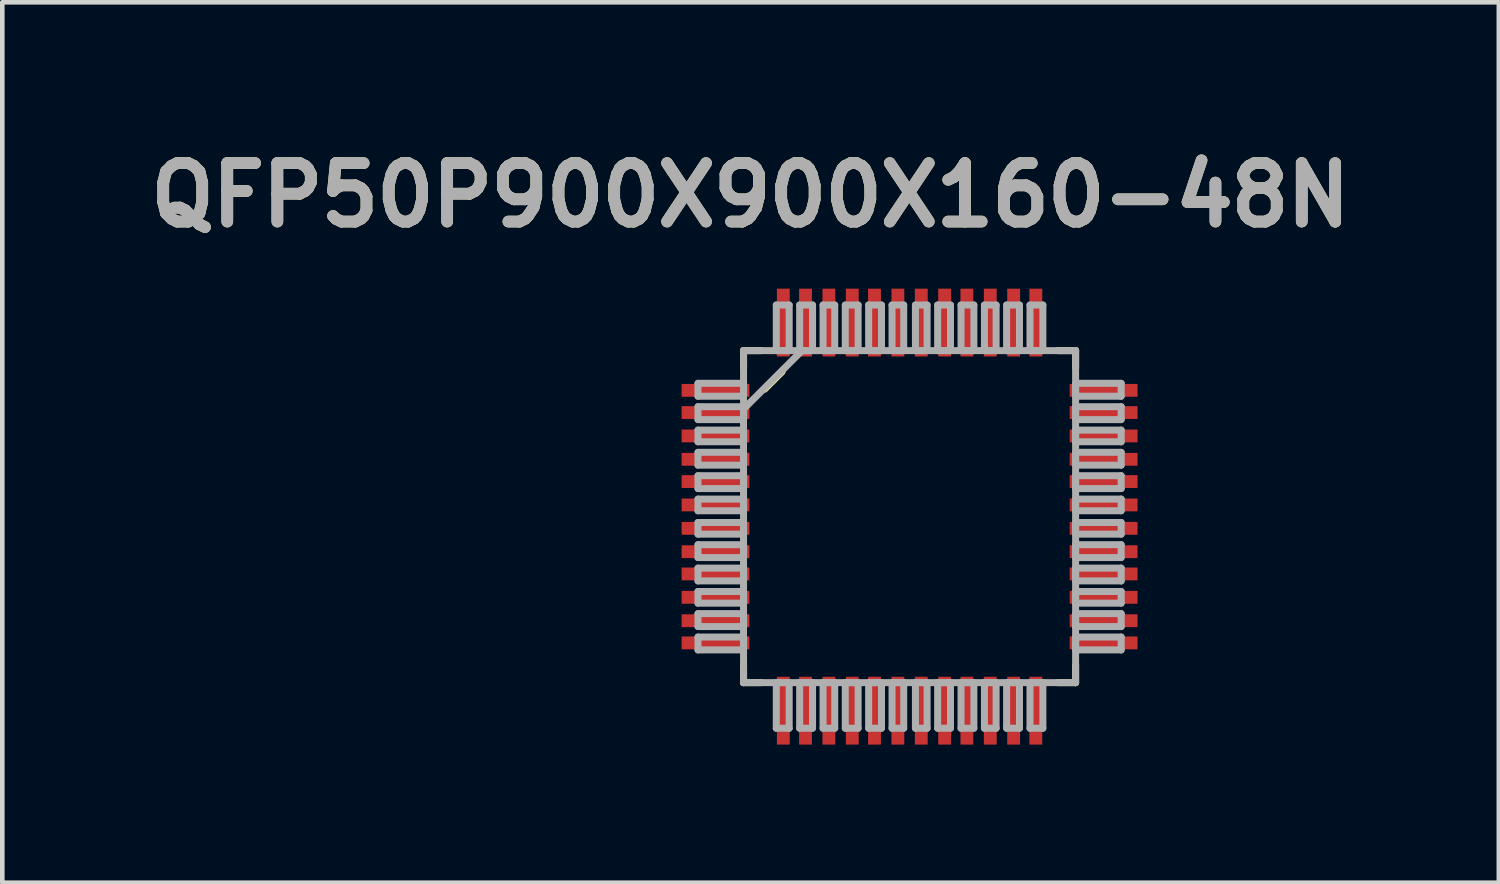
<source format=kicad_pcb>
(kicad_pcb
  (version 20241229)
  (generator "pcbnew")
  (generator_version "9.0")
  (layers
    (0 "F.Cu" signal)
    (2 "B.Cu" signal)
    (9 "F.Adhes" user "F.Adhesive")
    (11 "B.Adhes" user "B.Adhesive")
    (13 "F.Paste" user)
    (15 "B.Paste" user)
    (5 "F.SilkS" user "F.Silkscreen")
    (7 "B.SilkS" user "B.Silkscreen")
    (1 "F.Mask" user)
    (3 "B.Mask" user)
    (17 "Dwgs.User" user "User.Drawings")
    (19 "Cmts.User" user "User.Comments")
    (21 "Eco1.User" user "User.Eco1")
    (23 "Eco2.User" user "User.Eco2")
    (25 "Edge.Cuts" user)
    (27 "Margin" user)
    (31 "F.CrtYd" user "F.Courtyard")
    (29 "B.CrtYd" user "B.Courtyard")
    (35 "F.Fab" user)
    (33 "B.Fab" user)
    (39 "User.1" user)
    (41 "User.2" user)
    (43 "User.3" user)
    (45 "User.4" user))
  (footprint "QFP50P900X900X160-48N"
    (layer "F.Cu")
    (at 16.711 8.174)
    (property "Reference" "QFP50P900X900X160-48N" (at -3.454 -6.985 0) (layer "F.SilkS") (effects (font (size 1.27 1.27) (thickness 0.254))))
    (attr smd)
    (fp_line (start -3.607 -3.607) (end -3.607 -3.226) (stroke (width 0.152) (type solid)) (layer "F.SilkS"))
    (fp_line (start -3.607 3.226) (end -3.607 3.607) (stroke (width 0.152) (type solid)) (layer "F.SilkS"))
    (fp_line (start -3.607 3.607) (end -3.226 3.607) (stroke (width 0.152) (type solid)) (layer "F.SilkS"))
    (fp_line (start -3.226 -3.607) (end -3.607 -3.607) (stroke (width 0.152) (type solid)) (layer "F.SilkS"))
    (fp_line (start -3.15 -2.769) (end -2.769 -3.15) (stroke (width 0.152) (type solid)) (layer "F.SilkS"))
    (fp_line (start 3.226 3.607) (end 3.607 3.607) (stroke (width 0.152) (type solid)) (layer "F.SilkS"))
    (fp_line (start 3.607 -3.607) (end 3.226 -3.607) (stroke (width 0.152) (type solid)) (layer "F.SilkS"))
    (fp_line (start 3.607 -3.226) (end 3.607 -3.607) (stroke (width 0.152) (type solid)) (layer "F.SilkS"))
    (fp_line (start 3.607 3.607) (end 3.607 3.226) (stroke (width 0.152) (type solid)) (layer "F.SilkS"))
    (fp_line (start -4.597 -2.896) (end -4.597 -2.616) (stroke (width 0.152) (type solid)) (layer "F.Fab"))
    (fp_line (start -4.597 -2.616) (end -3.607 -2.616) (stroke (width 0.152) (type solid)) (layer "F.Fab"))
    (fp_line (start -4.597 -2.388) (end -4.597 -2.108) (stroke (width 0.152) (type solid)) (layer "F.Fab"))
    (fp_line (start -4.597 -2.108) (end -3.607 -2.108) (stroke (width 0.152) (type solid)) (layer "F.Fab"))
    (fp_line (start -4.597 -1.88) (end -4.597 -1.626) (stroke (width 0.152) (type solid)) (layer "F.Fab"))
    (fp_line (start -4.597 -1.626) (end -3.607 -1.626) (stroke (width 0.152) (type solid)) (layer "F.Fab"))
    (fp_line (start -4.597 -1.397) (end -4.597 -1.118) (stroke (width 0.152) (type solid)) (layer "F.Fab"))
    (fp_line (start -4.597 -1.118) (end -3.607 -1.118) (stroke (width 0.152) (type solid)) (layer "F.Fab"))
    (fp_line (start -4.597 -0.889) (end -4.597 -0.61) (stroke (width 0.152) (type solid)) (layer "F.Fab"))
    (fp_line (start -4.597 -0.61) (end -3.607 -0.61) (stroke (width 0.152) (type solid)) (layer "F.Fab"))
    (fp_line (start -4.597 -0.381) (end -4.597 -0.127) (stroke (width 0.152) (type solid)) (layer "F.Fab"))
    (fp_line (start -4.597 -0.127) (end -3.607 -0.127) (stroke (width 0.152) (type solid)) (layer "F.Fab"))
    (fp_line (start -4.597 0.127) (end -4.597 0.381) (stroke (width 0.152) (type solid)) (layer "F.Fab"))
    (fp_line (start -4.597 0.381) (end -3.607 0.381) (stroke (width 0.152) (type solid)) (layer "F.Fab"))
    (fp_line (start -4.597 0.61) (end -4.597 0.889) (stroke (width 0.152) (type solid)) (layer "F.Fab"))
    (fp_line (start -4.597 0.889) (end -3.607 0.889) (stroke (width 0.152) (type solid)) (layer "F.Fab"))
    (fp_line (start -4.597 1.118) (end -4.597 1.397) (stroke (width 0.152) (type solid)) (layer "F.Fab"))
    (fp_line (start -4.597 1.397) (end -3.607 1.397) (stroke (width 0.152) (type solid)) (layer "F.Fab"))
    (fp_line (start -4.597 1.626) (end -4.597 1.88) (stroke (width 0.152) (type solid)) (layer "F.Fab"))
    (fp_line (start -4.597 1.88) (end -3.607 1.88) (stroke (width 0.152) (type solid)) (layer "F.Fab"))
    (fp_line (start -4.597 2.108) (end -4.597 2.388) (stroke (width 0.152) (type solid)) (layer "F.Fab"))
    (fp_line (start -4.597 2.388) (end -3.607 2.388) (stroke (width 0.152) (type solid)) (layer "F.Fab"))
    (fp_line (start -4.597 2.616) (end -4.597 2.896) (stroke (width 0.152) (type solid)) (layer "F.Fab"))
    (fp_line (start -4.597 2.896) (end -3.607 2.896) (stroke (width 0.152) (type solid)) (layer "F.Fab"))
    (fp_line (start -3.607 -3.607) (end -3.607 3.607) (stroke (width 0.152) (type solid)) (layer "F.Fab"))
    (fp_line (start -3.607 -2.896) (end -4.597 -2.896) (stroke (width 0.152) (type solid)) (layer "F.Fab"))
    (fp_line (start -3.607 -2.616) (end -3.607 -2.896) (stroke (width 0.152) (type solid)) (layer "F.Fab"))
    (fp_line (start -3.607 -2.388) (end -4.597 -2.388) (stroke (width 0.152) (type solid)) (layer "F.Fab"))
    (fp_line (start -3.607 -2.337) (end -3.607 -2.388) (stroke (width 0.152) (type solid)) (layer "F.Fab"))
    (fp_line (start -3.607 -2.337) (end -2.337 -3.607) (stroke (width 0.152) (type solid)) (layer "F.Fab"))
    (fp_line (start -3.607 -2.108) (end -3.607 -2.337) (stroke (width 0.152) (type solid)) (layer "F.Fab"))
    (fp_line (start -3.607 -1.88) (end -4.597 -1.88) (stroke (width 0.152) (type solid)) (layer "F.Fab"))
    (fp_line (start -3.607 -1.626) (end -3.607 -1.88) (stroke (width 0.152) (type solid)) (layer "F.Fab"))
    (fp_line (start -3.607 -1.397) (end -4.597 -1.397) (stroke (width 0.152) (type solid)) (layer "F.Fab"))
    (fp_line (start -3.607 -1.118) (end -3.607 -1.397) (stroke (width 0.152) (type solid)) (layer "F.Fab"))
    (fp_line (start -3.607 -0.889) (end -4.597 -0.889) (stroke (width 0.152) (type solid)) (layer "F.Fab"))
    (fp_line (start -3.607 -0.61) (end -3.607 -0.889) (stroke (width 0.152) (type solid)) (layer "F.Fab"))
    (fp_line (start -3.607 -0.381) (end -4.597 -0.381) (stroke (width 0.152) (type solid)) (layer "F.Fab"))
    (fp_line (start -3.607 -0.127) (end -3.607 -0.381) (stroke (width 0.152) (type solid)) (layer "F.Fab"))
    (fp_line (start -3.607 0.127) (end -4.597 0.127) (stroke (width 0.152) (type solid)) (layer "F.Fab"))
    (fp_line (start -3.607 0.381) (end -3.607 0.127) (stroke (width 0.152) (type solid)) (layer "F.Fab"))
    (fp_line (start -3.607 0.61) (end -4.597 0.61) (stroke (width 0.152) (type solid)) (layer "F.Fab"))
    (fp_line (start -3.607 0.889) (end -3.607 0.61) (stroke (width 0.152) (type solid)) (layer "F.Fab"))
    (fp_line (start -3.607 1.118) (end -4.597 1.118) (stroke (width 0.152) (type solid)) (layer "F.Fab"))
    (fp_line (start -3.607 1.397) (end -3.607 1.118) (stroke (width 0.152) (type solid)) (layer "F.Fab"))
    (fp_line (start -3.607 1.626) (end -4.597 1.626) (stroke (width 0.152) (type solid)) (layer "F.Fab"))
    (fp_line (start -3.607 1.88) (end -3.607 1.626) (stroke (width 0.152) (type solid)) (layer "F.Fab"))
    (fp_line (start -3.607 2.108) (end -4.597 2.108) (stroke (width 0.152) (type solid)) (layer "F.Fab"))
    (fp_line (start -3.607 2.388) (end -3.607 2.108) (stroke (width 0.152) (type solid)) (layer "F.Fab"))
    (fp_line (start -3.607 2.616) (end -4.597 2.616) (stroke (width 0.152) (type solid)) (layer "F.Fab"))
    (fp_line (start -3.607 2.896) (end -3.607 2.616) (stroke (width 0.152) (type solid)) (layer "F.Fab"))
    (fp_line (start -3.607 3.607) (end 3.607 3.607) (stroke (width 0.152) (type solid)) (layer "F.Fab"))
    (fp_line (start -2.896 -4.597) (end -2.896 -3.607) (stroke (width 0.152) (type solid)) (layer "F.Fab"))
    (fp_line (start -2.896 -3.607) (end -2.616 -3.607) (stroke (width 0.152) (type solid)) (layer "F.Fab"))
    (fp_line (start -2.896 3.607) (end -2.896 4.597) (stroke (width 0.152) (type solid)) (layer "F.Fab"))
    (fp_line (start -2.896 4.597) (end -2.616 4.597) (stroke (width 0.152) (type solid)) (layer "F.Fab"))
    (fp_line (start -2.616 -4.597) (end -2.896 -4.597) (stroke (width 0.152) (type solid)) (layer "F.Fab"))
    (fp_line (start -2.616 -3.607) (end -2.616 -4.597) (stroke (width 0.152) (type solid)) (layer "F.Fab"))
    (fp_line (start -2.616 3.607) (end -2.896 3.607) (stroke (width 0.152) (type solid)) (layer "F.Fab"))
    (fp_line (start -2.616 4.597) (end -2.616 3.607) (stroke (width 0.152) (type solid)) (layer "F.Fab"))
    (fp_line (start -2.388 -4.597) (end -2.388 -3.607) (stroke (width 0.152) (type solid)) (layer "F.Fab"))
    (fp_line (start -2.388 -3.607) (end -2.337 -3.607) (stroke (width 0.152) (type solid)) (layer "F.Fab"))
    (fp_line (start -2.388 3.607) (end -2.388 4.597) (stroke (width 0.152) (type solid)) (layer "F.Fab"))
    (fp_line (start -2.388 4.597) (end -2.108 4.597) (stroke (width 0.152) (type solid)) (layer "F.Fab"))
    (fp_line (start -2.337 -3.607) (end -2.108 -3.607) (stroke (width 0.152) (type solid)) (layer "F.Fab"))
    (fp_line (start -2.108 -4.597) (end -2.388 -4.597) (stroke (width 0.152) (type solid)) (layer "F.Fab"))
    (fp_line (start -2.108 -3.607) (end -2.108 -4.597) (stroke (width 0.152) (type solid)) (layer "F.Fab"))
    (fp_line (start -2.108 3.607) (end -2.388 3.607) (stroke (width 0.152) (type solid)) (layer "F.Fab"))
    (fp_line (start -2.108 4.597) (end -2.108 3.607) (stroke (width 0.152) (type solid)) (layer "F.Fab"))
    (fp_line (start -1.88 -4.597) (end -1.88 -3.607) (stroke (width 0.152) (type solid)) (layer "F.Fab"))
    (fp_line (start -1.88 -3.607) (end -1.626 -3.607) (stroke (width 0.152) (type solid)) (layer "F.Fab"))
    (fp_line (start -1.88 3.607) (end -1.88 4.597) (stroke (width 0.152) (type solid)) (layer "F.Fab"))
    (fp_line (start -1.88 4.597) (end -1.626 4.597) (stroke (width 0.152) (type solid)) (layer "F.Fab"))
    (fp_line (start -1.626 -4.597) (end -1.88 -4.597) (stroke (width 0.152) (type solid)) (layer "F.Fab"))
    (fp_line (start -1.626 -3.607) (end -1.626 -4.597) (stroke (width 0.152) (type solid)) (layer "F.Fab"))
    (fp_line (start -1.626 3.607) (end -1.88 3.607) (stroke (width 0.152) (type solid)) (layer "F.Fab"))
    (fp_line (start -1.626 4.597) (end -1.626 3.607) (stroke (width 0.152) (type solid)) (layer "F.Fab"))
    (fp_line (start -1.397 -4.597) (end -1.397 -3.607) (stroke (width 0.152) (type solid)) (layer "F.Fab"))
    (fp_line (start -1.397 -3.607) (end -1.118 -3.607) (stroke (width 0.152) (type solid)) (layer "F.Fab"))
    (fp_line (start -1.397 3.607) (end -1.397 4.597) (stroke (width 0.152) (type solid)) (layer "F.Fab"))
    (fp_line (start -1.397 4.597) (end -1.118 4.597) (stroke (width 0.152) (type solid)) (layer "F.Fab"))
    (fp_line (start -1.118 -4.597) (end -1.397 -4.597) (stroke (width 0.152) (type solid)) (layer "F.Fab"))
    (fp_line (start -1.118 -3.607) (end -1.118 -4.597) (stroke (width 0.152) (type solid)) (layer "F.Fab"))
    (fp_line (start -1.118 3.607) (end -1.397 3.607) (stroke (width 0.152) (type solid)) (layer "F.Fab"))
    (fp_line (start -1.118 4.597) (end -1.118 3.607) (stroke (width 0.152) (type solid)) (layer "F.Fab"))
    (fp_line (start -0.889 -4.597) (end -0.889 -3.607) (stroke (width 0.152) (type solid)) (layer "F.Fab"))
    (fp_line (start -0.889 -3.607) (end -0.61 -3.607) (stroke (width 0.152) (type solid)) (layer "F.Fab"))
    (fp_line (start -0.889 3.607) (end -0.889 4.597) (stroke (width 0.152) (type solid)) (layer "F.Fab"))
    (fp_line (start -0.889 4.597) (end -0.61 4.597) (stroke (width 0.152) (type solid)) (layer "F.Fab"))
    (fp_line (start -0.61 -4.597) (end -0.889 -4.597) (stroke (width 0.152) (type solid)) (layer "F.Fab"))
    (fp_line (start -0.61 -3.607) (end -0.61 -4.597) (stroke (width 0.152) (type solid)) (layer "F.Fab"))
    (fp_line (start -0.61 3.607) (end -0.889 3.607) (stroke (width 0.152) (type solid)) (layer "F.Fab"))
    (fp_line (start -0.61 4.597) (end -0.61 3.607) (stroke (width 0.152) (type solid)) (layer "F.Fab"))
    (fp_line (start -0.381 -4.597) (end -0.381 -3.607) (stroke (width 0.152) (type solid)) (layer "F.Fab"))
    (fp_line (start -0.381 -3.607) (end -0.127 -3.607) (stroke (width 0.152) (type solid)) (layer "F.Fab"))
    (fp_line (start -0.381 3.607) (end -0.381 4.597) (stroke (width 0.152) (type solid)) (layer "F.Fab"))
    (fp_line (start -0.381 4.597) (end -0.127 4.597) (stroke (width 0.152) (type solid)) (layer "F.Fab"))
    (fp_line (start -0.127 -4.597) (end -0.381 -4.597) (stroke (width 0.152) (type solid)) (layer "F.Fab"))
    (fp_line (start -0.127 -3.607) (end -0.127 -4.597) (stroke (width 0.152) (type solid)) (layer "F.Fab"))
    (fp_line (start -0.127 3.607) (end -0.381 3.607) (stroke (width 0.152) (type solid)) (layer "F.Fab"))
    (fp_line (start -0.127 4.597) (end -0.127 3.607) (stroke (width 0.152) (type solid)) (layer "F.Fab"))
    (fp_line (start 0.127 -4.597) (end 0.127 -3.607) (stroke (width 0.152) (type solid)) (layer "F.Fab"))
    (fp_line (start 0.127 -3.607) (end 0.381 -3.607) (stroke (width 0.152) (type solid)) (layer "F.Fab"))
    (fp_line (start 0.127 3.607) (end 0.127 4.597) (stroke (width 0.152) (type solid)) (layer "F.Fab"))
    (fp_line (start 0.127 4.597) (end 0.381 4.597) (stroke (width 0.152) (type solid)) (layer "F.Fab"))
    (fp_line (start 0.381 -4.597) (end 0.127 -4.597) (stroke (width 0.152) (type solid)) (layer "F.Fab"))
    (fp_line (start 0.381 -3.607) (end 0.381 -4.597) (stroke (width 0.152) (type solid)) (layer "F.Fab"))
    (fp_line (start 0.381 3.607) (end 0.127 3.607) (stroke (width 0.152) (type solid)) (layer "F.Fab"))
    (fp_line (start 0.381 4.597) (end 0.381 3.607) (stroke (width 0.152) (type solid)) (layer "F.Fab"))
    (fp_line (start 0.61 -4.597) (end 0.61 -3.607) (stroke (width 0.152) (type solid)) (layer "F.Fab"))
    (fp_line (start 0.61 -3.607) (end 0.889 -3.607) (stroke (width 0.152) (type solid)) (layer "F.Fab"))
    (fp_line (start 0.61 3.607) (end 0.61 4.597) (stroke (width 0.152) (type solid)) (layer "F.Fab"))
    (fp_line (start 0.61 4.597) (end 0.889 4.597) (stroke (width 0.152) (type solid)) (layer "F.Fab"))
    (fp_line (start 0.889 -4.597) (end 0.61 -4.597) (stroke (width 0.152) (type solid)) (layer "F.Fab"))
    (fp_line (start 0.889 -3.607) (end 0.889 -4.597) (stroke (width 0.152) (type solid)) (layer "F.Fab"))
    (fp_line (start 0.889 3.607) (end 0.61 3.607) (stroke (width 0.152) (type solid)) (layer "F.Fab"))
    (fp_line (start 0.889 4.597) (end 0.889 3.607) (stroke (width 0.152) (type solid)) (layer "F.Fab"))
    (fp_line (start 1.118 -4.597) (end 1.118 -3.607) (stroke (width 0.152) (type solid)) (layer "F.Fab"))
    (fp_line (start 1.118 -3.607) (end 1.397 -3.607) (stroke (width 0.152) (type solid)) (layer "F.Fab"))
    (fp_line (start 1.118 3.607) (end 1.118 4.597) (stroke (width 0.152) (type solid)) (layer "F.Fab"))
    (fp_line (start 1.118 4.597) (end 1.397 4.597) (stroke (width 0.152) (type solid)) (layer "F.Fab"))
    (fp_line (start 1.397 -4.597) (end 1.118 -4.597) (stroke (width 0.152) (type solid)) (layer "F.Fab"))
    (fp_line (start 1.397 -3.607) (end 1.397 -4.597) (stroke (width 0.152) (type solid)) (layer "F.Fab"))
    (fp_line (start 1.397 3.607) (end 1.118 3.607) (stroke (width 0.152) (type solid)) (layer "F.Fab"))
    (fp_line (start 1.397 4.597) (end 1.397 3.607) (stroke (width 0.152) (type solid)) (layer "F.Fab"))
    (fp_line (start 1.626 -4.597) (end 1.626 -3.607) (stroke (width 0.152) (type solid)) (layer "F.Fab"))
    (fp_line (start 1.626 -3.607) (end 1.88 -3.607) (stroke (width 0.152) (type solid)) (layer "F.Fab"))
    (fp_line (start 1.626 3.607) (end 1.626 4.597) (stroke (width 0.152) (type solid)) (layer "F.Fab"))
    (fp_line (start 1.626 4.597) (end 1.88 4.597) (stroke (width 0.152) (type solid)) (layer "F.Fab"))
    (fp_line (start 1.88 -4.597) (end 1.626 -4.597) (stroke (width 0.152) (type solid)) (layer "F.Fab"))
    (fp_line (start 1.88 -3.607) (end 1.88 -4.597) (stroke (width 0.152) (type solid)) (layer "F.Fab"))
    (fp_line (start 1.88 3.607) (end 1.626 3.607) (stroke (width 0.152) (type solid)) (layer "F.Fab"))
    (fp_line (start 1.88 4.597) (end 1.88 3.607) (stroke (width 0.152) (type solid)) (layer "F.Fab"))
    (fp_line (start 2.108 -4.597) (end 2.108 -3.607) (stroke (width 0.152) (type solid)) (layer "F.Fab"))
    (fp_line (start 2.108 -3.607) (end 2.388 -3.607) (stroke (width 0.152) (type solid)) (layer "F.Fab"))
    (fp_line (start 2.108 3.607) (end 2.108 4.597) (stroke (width 0.152) (type solid)) (layer "F.Fab"))
    (fp_line (start 2.108 4.597) (end 2.388 4.597) (stroke (width 0.152) (type solid)) (layer "F.Fab"))
    (fp_line (start 2.388 -4.597) (end 2.108 -4.597) (stroke (width 0.152) (type solid)) (layer "F.Fab"))
    (fp_line (start 2.388 -3.607) (end 2.388 -4.597) (stroke (width 0.152) (type solid)) (layer "F.Fab"))
    (fp_line (start 2.388 3.607) (end 2.108 3.607) (stroke (width 0.152) (type solid)) (layer "F.Fab"))
    (fp_line (start 2.388 4.597) (end 2.388 3.607) (stroke (width 0.152) (type solid)) (layer "F.Fab"))
    (fp_line (start 2.616 -4.597) (end 2.616 -3.607) (stroke (width 0.152) (type solid)) (layer "F.Fab"))
    (fp_line (start 2.616 -3.607) (end 2.896 -3.607) (stroke (width 0.152) (type solid)) (layer "F.Fab"))
    (fp_line (start 2.616 3.607) (end 2.616 4.597) (stroke (width 0.152) (type solid)) (layer "F.Fab"))
    (fp_line (start 2.616 4.597) (end 2.896 4.597) (stroke (width 0.152) (type solid)) (layer "F.Fab"))
    (fp_line (start 2.896 -4.597) (end 2.616 -4.597) (stroke (width 0.152) (type solid)) (layer "F.Fab"))
    (fp_line (start 2.896 -3.607) (end 2.896 -4.597) (stroke (width 0.152) (type solid)) (layer "F.Fab"))
    (fp_line (start 2.896 3.607) (end 2.616 3.607) (stroke (width 0.152) (type solid)) (layer "F.Fab"))
    (fp_line (start 2.896 4.597) (end 2.896 3.607) (stroke (width 0.152) (type solid)) (layer "F.Fab"))
    (fp_line (start 3.607 -3.607) (end -3.607 -3.607) (stroke (width 0.152) (type solid)) (layer "F.Fab"))
    (fp_line (start 3.607 -2.896) (end 3.607 -2.616) (stroke (width 0.152) (type solid)) (layer "F.Fab"))
    (fp_line (start 3.607 -2.616) (end 4.597 -2.616) (stroke (width 0.152) (type solid)) (layer "F.Fab"))
    (fp_line (start 3.607 -2.388) (end 3.607 -2.108) (stroke (width 0.152) (type solid)) (layer "F.Fab"))
    (fp_line (start 3.607 -2.108) (end 4.597 -2.108) (stroke (width 0.152) (type solid)) (layer "F.Fab"))
    (fp_line (start 3.607 -1.88) (end 3.607 -1.626) (stroke (width 0.152) (type solid)) (layer "F.Fab"))
    (fp_line (start 3.607 -1.626) (end 4.597 -1.626) (stroke (width 0.152) (type solid)) (layer "F.Fab"))
    (fp_line (start 3.607 -1.397) (end 3.607 -1.118) (stroke (width 0.152) (type solid)) (layer "F.Fab"))
    (fp_line (start 3.607 -1.118) (end 4.597 -1.118) (stroke (width 0.152) (type solid)) (layer "F.Fab"))
    (fp_line (start 3.607 -0.889) (end 3.607 -0.61) (stroke (width 0.152) (type solid)) (layer "F.Fab"))
    (fp_line (start 3.607 -0.61) (end 4.597 -0.61) (stroke (width 0.152) (type solid)) (layer "F.Fab"))
    (fp_line (start 3.607 -0.381) (end 3.607 -0.127) (stroke (width 0.152) (type solid)) (layer "F.Fab"))
    (fp_line (start 3.607 -0.127) (end 4.597 -0.127) (stroke (width 0.152) (type solid)) (layer "F.Fab"))
    (fp_line (start 3.607 0.127) (end 3.607 0.381) (stroke (width 0.152) (type solid)) (layer "F.Fab"))
    (fp_line (start 3.607 0.381) (end 4.597 0.381) (stroke (width 0.152) (type solid)) (layer "F.Fab"))
    (fp_line (start 3.607 0.61) (end 3.607 0.889) (stroke (width 0.152) (type solid)) (layer "F.Fab"))
    (fp_line (start 3.607 0.889) (end 4.597 0.889) (stroke (width 0.152) (type solid)) (layer "F.Fab"))
    (fp_line (start 3.607 1.118) (end 3.607 1.397) (stroke (width 0.152) (type solid)) (layer "F.Fab"))
    (fp_line (start 3.607 1.397) (end 4.597 1.397) (stroke (width 0.152) (type solid)) (layer "F.Fab"))
    (fp_line (start 3.607 1.626) (end 3.607 1.88) (stroke (width 0.152) (type solid)) (layer "F.Fab"))
    (fp_line (start 3.607 1.88) (end 4.597 1.88) (stroke (width 0.152) (type solid)) (layer "F.Fab"))
    (fp_line (start 3.607 2.108) (end 3.607 2.388) (stroke (width 0.152) (type solid)) (layer "F.Fab"))
    (fp_line (start 3.607 2.388) (end 4.597 2.388) (stroke (width 0.152) (type solid)) (layer "F.Fab"))
    (fp_line (start 3.607 2.616) (end 3.607 2.896) (stroke (width 0.152) (type solid)) (layer "F.Fab"))
    (fp_line (start 3.607 2.896) (end 4.597 2.896) (stroke (width 0.152) (type solid)) (layer "F.Fab"))
    (fp_line (start 3.607 3.607) (end 3.607 -3.607) (stroke (width 0.152) (type solid)) (layer "F.Fab"))
    (fp_line (start 4.597 -2.896) (end 3.607 -2.896) (stroke (width 0.152) (type solid)) (layer "F.Fab"))
    (fp_line (start 4.597 -2.616) (end 4.597 -2.896) (stroke (width 0.152) (type solid)) (layer "F.Fab"))
    (fp_line (start 4.597 -2.388) (end 3.607 -2.388) (stroke (width 0.152) (type solid)) (layer "F.Fab"))
    (fp_line (start 4.597 -2.108) (end 4.597 -2.388) (stroke (width 0.152) (type solid)) (layer "F.Fab"))
    (fp_line (start 4.597 -1.88) (end 3.607 -1.88) (stroke (width 0.152) (type solid)) (layer "F.Fab"))
    (fp_line (start 4.597 -1.626) (end 4.597 -1.88) (stroke (width 0.152) (type solid)) (layer "F.Fab"))
    (fp_line (start 4.597 -1.397) (end 3.607 -1.397) (stroke (width 0.152) (type solid)) (layer "F.Fab"))
    (fp_line (start 4.597 -1.118) (end 4.597 -1.397) (stroke (width 0.152) (type solid)) (layer "F.Fab"))
    (fp_line (start 4.597 -0.889) (end 3.607 -0.889) (stroke (width 0.152) (type solid)) (layer "F.Fab"))
    (fp_line (start 4.597 -0.61) (end 4.597 -0.889) (stroke (width 0.152) (type solid)) (layer "F.Fab"))
    (fp_line (start 4.597 -0.381) (end 3.607 -0.381) (stroke (width 0.152) (type solid)) (layer "F.Fab"))
    (fp_line (start 4.597 -0.127) (end 4.597 -0.381) (stroke (width 0.152) (type solid)) (layer "F.Fab"))
    (fp_line (start 4.597 0.127) (end 3.607 0.127) (stroke (width 0.152) (type solid)) (layer "F.Fab"))
    (fp_line (start 4.597 0.381) (end 4.597 0.127) (stroke (width 0.152) (type solid)) (layer "F.Fab"))
    (fp_line (start 4.597 0.61) (end 3.607 0.61) (stroke (width 0.152) (type solid)) (layer "F.Fab"))
    (fp_line (start 4.597 0.889) (end 4.597 0.61) (stroke (width 0.152) (type solid)) (layer "F.Fab"))
    (fp_line (start 4.597 1.118) (end 3.607 1.118) (stroke (width 0.152) (type solid)) (layer "F.Fab"))
    (fp_line (start 4.597 1.397) (end 4.597 1.118) (stroke (width 0.152) (type solid)) (layer "F.Fab"))
    (fp_line (start 4.597 1.626) (end 3.607 1.626) (stroke (width 0.152) (type solid)) (layer "F.Fab"))
    (fp_line (start 4.597 1.88) (end 4.597 1.626) (stroke (width 0.152) (type solid)) (layer "F.Fab"))
    (fp_line (start 4.597 2.108) (end 3.607 2.108) (stroke (width 0.152) (type solid)) (layer "F.Fab"))
    (fp_line (start 4.597 2.388) (end 4.597 2.108) (stroke (width 0.152) (type solid)) (layer "F.Fab"))
    (fp_line (start 4.597 2.616) (end 3.607 2.616) (stroke (width 0.152) (type solid)) (layer "F.Fab"))
    (fp_line (start 4.597 2.896) (end 4.597 2.616) (stroke (width 0.152) (type solid)) (layer "F.Fab"))
    (fp_text user "${REFERENCE}" (at -3.454 -6.985 0) (layer "F.Fab") (effects (font (size 1.27 1.27) (thickness 0.254))))
    (pad "1" smd rect (at -4.216 -2.743 90) (size 0.279 1.473) (layers "F.Cu" "F.Mask" "F.Paste"))
    (pad "2" smd rect (at -4.216 -2.261 90) (size 0.279 1.473) (layers "F.Cu" "F.Mask" "F.Paste"))
    (pad "3" smd rect (at -4.216 -1.753 90) (size 0.279 1.473) (layers "F.Cu" "F.Mask" "F.Paste"))
    (pad "4" smd rect (at -4.216 -1.245 90) (size 0.279 1.473) (layers "F.Cu" "F.Mask" "F.Paste"))
    (pad "5" smd rect (at -4.216 -0.762 90) (size 0.279 1.473) (layers "F.Cu" "F.Mask" "F.Paste"))
    (pad "6" smd rect (at -4.216 -0.254 90) (size 0.279 1.473) (layers "F.Cu" "F.Mask" "F.Paste"))
    (pad "7" smd rect (at -4.216 0.254 90) (size 0.279 1.473) (layers "F.Cu" "F.Mask" "F.Paste"))
    (pad "8" smd rect (at -4.216 0.762 90) (size 0.279 1.473) (layers "F.Cu" "F.Mask" "F.Paste"))
    (pad "9" smd rect (at -4.216 1.245 90) (size 0.279 1.473) (layers "F.Cu" "F.Mask" "F.Paste"))
    (pad "10" smd rect (at -4.216 1.753 90) (size 0.279 1.473) (layers "F.Cu" "F.Mask" "F.Paste"))
    (pad "11" smd rect (at -4.216 2.261 90) (size 0.279 1.473) (layers "F.Cu" "F.Mask" "F.Paste"))
    (pad "12" smd rect (at -4.216 2.743 90) (size 0.279 1.473) (layers "F.Cu" "F.Mask" "F.Paste"))
    (pad "13" smd rect (at -2.743 4.216) (size 0.279 1.473) (layers "F.Cu" "F.Mask" "F.Paste"))
    (pad "14" smd rect (at -2.261 4.216) (size 0.279 1.473) (layers "F.Cu" "F.Mask" "F.Paste"))
    (pad "15" smd rect (at -1.753 4.216) (size 0.279 1.473) (layers "F.Cu" "F.Mask" "F.Paste"))
    (pad "16" smd rect (at -1.245 4.216) (size 0.279 1.473) (layers "F.Cu" "F.Mask" "F.Paste"))
    (pad "17" smd rect (at -0.762 4.216) (size 0.279 1.473) (layers "F.Cu" "F.Mask" "F.Paste"))
    (pad "18" smd rect (at -0.254 4.216) (size 0.279 1.473) (layers "F.Cu" "F.Mask" "F.Paste"))
    (pad "19" smd rect (at 0.254 4.216) (size 0.279 1.473) (layers "F.Cu" "F.Mask" "F.Paste"))
    (pad "20" smd rect (at 0.762 4.216) (size 0.279 1.473) (layers "F.Cu" "F.Mask" "F.Paste"))
    (pad "21" smd rect (at 1.245 4.216) (size 0.279 1.473) (layers "F.Cu" "F.Mask" "F.Paste"))
    (pad "22" smd rect (at 1.753 4.216) (size 0.279 1.473) (layers "F.Cu" "F.Mask" "F.Paste"))
    (pad "23" smd rect (at 2.261 4.216) (size 0.279 1.473) (layers "F.Cu" "F.Mask" "F.Paste"))
    (pad "24" smd rect (at 2.743 4.216) (size 0.279 1.473) (layers "F.Cu" "F.Mask" "F.Paste"))
    (pad "25" smd rect (at 4.216 2.743 90) (size 0.279 1.473) (layers "F.Cu" "F.Mask" "F.Paste"))
    (pad "26" smd rect (at 4.216 2.261 90) (size 0.279 1.473) (layers "F.Cu" "F.Mask" "F.Paste"))
    (pad "27" smd rect (at 4.216 1.753 90) (size 0.279 1.473) (layers "F.Cu" "F.Mask" "F.Paste"))
    (pad "28" smd rect (at 4.216 1.245 90) (size 0.279 1.473) (layers "F.Cu" "F.Mask" "F.Paste"))
    (pad "29" smd rect (at 4.216 0.762 90) (size 0.279 1.473) (layers "F.Cu" "F.Mask" "F.Paste"))
    (pad "30" smd rect (at 4.216 0.254 90) (size 0.279 1.473) (layers "F.Cu" "F.Mask" "F.Paste"))
    (pad "31" smd rect (at 4.216 -0.254 90) (size 0.279 1.473) (layers "F.Cu" "F.Mask" "F.Paste"))
    (pad "32" smd rect (at 4.216 -0.762 90) (size 0.279 1.473) (layers "F.Cu" "F.Mask" "F.Paste"))
    (pad "33" smd rect (at 4.216 -1.245 90) (size 0.279 1.473) (layers "F.Cu" "F.Mask" "F.Paste"))
    (pad "34" smd rect (at 4.216 -1.753 90) (size 0.279 1.473) (layers "F.Cu" "F.Mask" "F.Paste"))
    (pad "35" smd rect (at 4.216 -2.261 90) (size 0.279 1.473) (layers "F.Cu" "F.Mask" "F.Paste"))
    (pad "36" smd rect (at 4.216 -2.743 90) (size 0.279 1.473) (layers "F.Cu" "F.Mask" "F.Paste"))
    (pad "37" smd rect (at 2.743 -4.216) (size 0.279 1.473) (layers "F.Cu" "F.Mask" "F.Paste"))
    (pad "38" smd rect (at 2.261 -4.216) (size 0.279 1.473) (layers "F.Cu" "F.Mask" "F.Paste"))
    (pad "39" smd rect (at 1.753 -4.216) (size 0.279 1.473) (layers "F.Cu" "F.Mask" "F.Paste"))
    (pad "40" smd rect (at 1.245 -4.216) (size 0.279 1.473) (layers "F.Cu" "F.Mask" "F.Paste"))
    (pad "41" smd rect (at 0.762 -4.216) (size 0.279 1.473) (layers "F.Cu" "F.Mask" "F.Paste"))
    (pad "42" smd rect (at 0.254 -4.216) (size 0.279 1.473) (layers "F.Cu" "F.Mask" "F.Paste"))
    (pad "43" smd rect (at -0.254 -4.216) (size 0.279 1.473) (layers "F.Cu" "F.Mask" "F.Paste"))
    (pad "44" smd rect (at -0.762 -4.216) (size 0.279 1.473) (layers "F.Cu" "F.Mask" "F.Paste"))
    (pad "45" smd rect (at -1.245 -4.216) (size 0.279 1.473) (layers "F.Cu" "F.Mask" "F.Paste"))
    (pad "46" smd rect (at -1.753 -4.216) (size 0.279 1.473) (layers "F.Cu" "F.Mask" "F.Paste"))
    (pad "47" smd rect (at -2.261 -4.216) (size 0.279 1.473) (layers "F.Cu" "F.Mask" "F.Paste"))
    (pad "48" smd rect (at -2.743 -4.216) (size 0.279 1.473) (layers "F.Cu" "F.Mask" "F.Paste")))
  (gr_rect
    (start -3 -3)
    (end 29.513 16.127)
    (stroke (width 0.1) (type default))
    (fill no)
    (layer "Edge.Cuts")))
</source>
